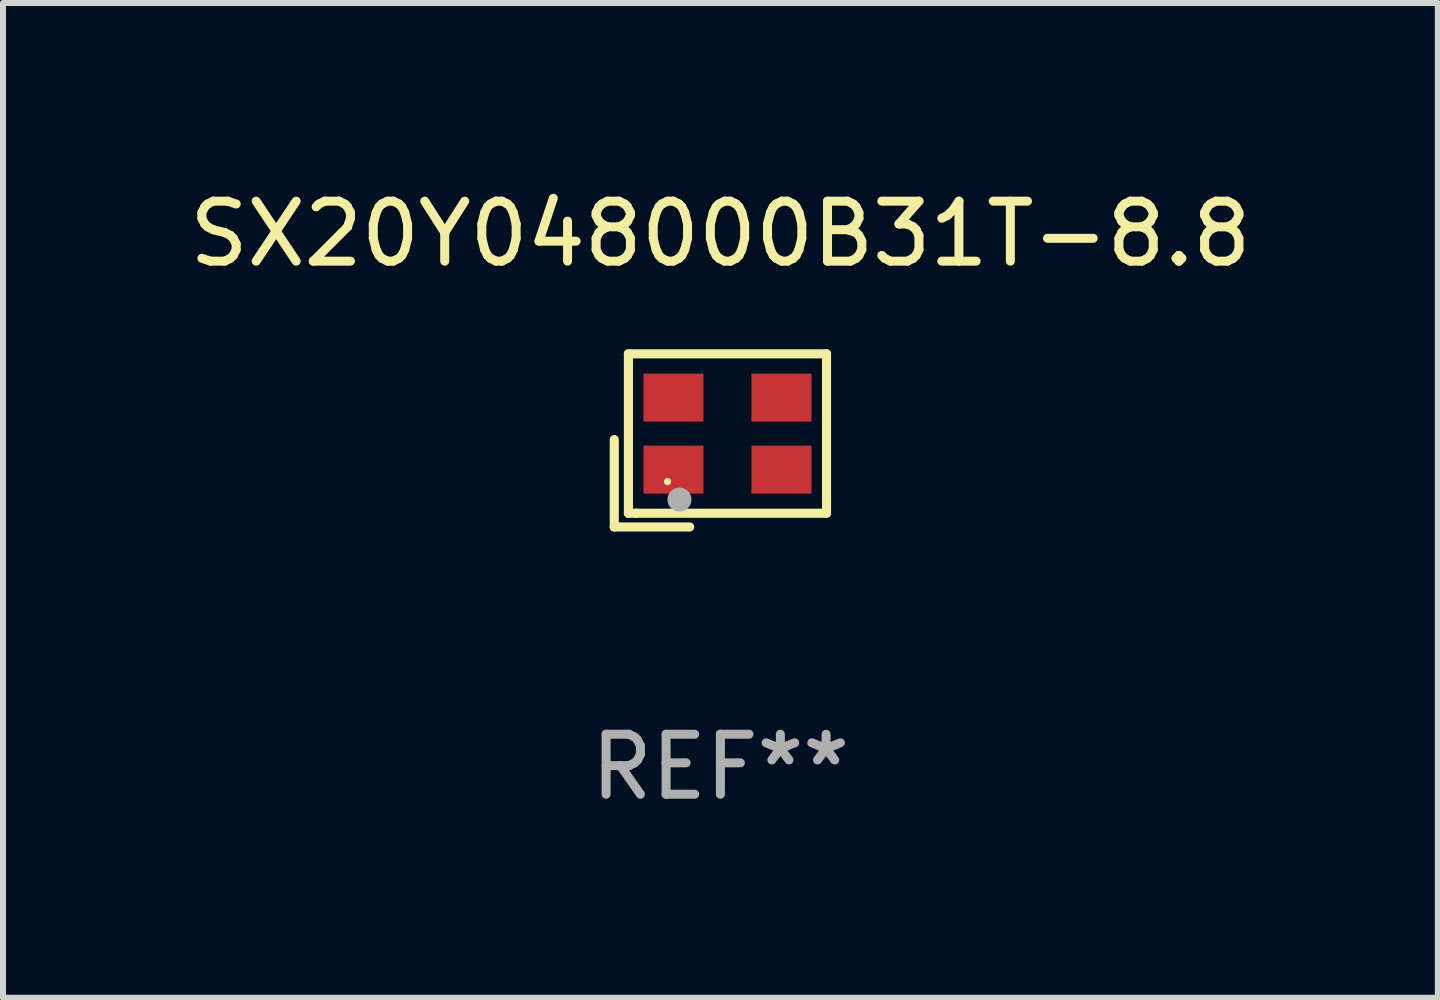
<source format=kicad_pcb>
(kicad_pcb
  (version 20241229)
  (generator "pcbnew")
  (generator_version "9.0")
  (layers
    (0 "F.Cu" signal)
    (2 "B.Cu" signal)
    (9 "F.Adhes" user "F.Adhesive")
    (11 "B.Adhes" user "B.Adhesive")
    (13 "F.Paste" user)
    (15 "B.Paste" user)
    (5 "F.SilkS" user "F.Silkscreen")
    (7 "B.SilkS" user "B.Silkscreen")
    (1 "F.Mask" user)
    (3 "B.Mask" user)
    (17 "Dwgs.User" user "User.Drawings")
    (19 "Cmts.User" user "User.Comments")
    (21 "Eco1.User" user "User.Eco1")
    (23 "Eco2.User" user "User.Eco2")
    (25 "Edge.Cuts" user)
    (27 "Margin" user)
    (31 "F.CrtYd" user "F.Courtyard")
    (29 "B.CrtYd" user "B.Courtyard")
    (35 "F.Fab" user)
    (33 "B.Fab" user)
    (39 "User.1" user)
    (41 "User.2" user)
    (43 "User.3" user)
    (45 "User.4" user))
  (footprint "SX20Y048000B31T-8.8"
    (layer "F.Cu")
    (at 8.958 4.291)
    (property "Reference" "SX20Y048000B31T-8.8" (at 0 -3.443 0) (layer "F.SilkS") (effects (font (size 1 1) (thickness 0.15))))
    (attr through_hole)
    (fp_line (start -1.769 -0.014) (end -1.769 1.443) (stroke (width 0.152) (type solid)) (layer "F.SilkS"))
    (fp_line (start -1.769 1.443) (end -0.512 1.443) (stroke (width 0.152) (type solid)) (layer "F.SilkS"))
    (fp_line (start -1.533 -1.443) (end 1.769 -1.443) (stroke (width 0.152) (type solid)) (layer "F.SilkS"))
    (fp_line (start -1.533 1.214) (end -1.533 -1.443) (stroke (width 0.152) (type solid)) (layer "F.SilkS"))
    (fp_line (start -1.411 1.214) (end -1.533 1.214) (stroke (width 0.152) (type solid)) (layer "F.SilkS"))
    (fp_line (start 1.769 -1.443) (end 1.769 1.214) (stroke (width 0.152) (type solid)) (layer "F.SilkS"))
    (fp_line (start 1.769 1.214) (end -1.411 1.214) (stroke (width 0.152) (type solid)) (layer "F.SilkS"))
    (fp_circle (center -0.882 0.686) (end -0.852 0.686) (stroke (width 0.06) (type solid)) (fill no) (layer "F.SilkS"))
    (fp_circle (center -0.682 0.986) (end -0.582 0.986) (stroke (width 0.2) (type solid)) (fill no) (layer "F.Fab"))
    (fp_text user "REF**" (at 0 5.443 0) (layer "F.Fab") (effects (font (size 1 1) (thickness 0.15))))
    (pad "1" smd rect (at -0.782 0.486 90) (size 0.8 1) (layers "F.Cu" "F.Mask" "F.Paste"))
    (pad "2" smd rect (at 1.018 0.486 90) (size 0.8 1) (layers "F.Cu" "F.Mask" "F.Paste"))
    (pad "3" smd rect (at 1.018 -0.714 90) (size 0.8 1) (layers "F.Cu" "F.Mask" "F.Paste"))
    (pad "4" smd rect (at -0.782 -0.714 90) (size 0.8 1) (layers "F.Cu" "F.Mask" "F.Paste")))
  (gr_rect
    (start -3 -3)
    (end 20.917 13.582)
    (stroke (width 0.1) (type default))
    (fill no)
    (layer "Edge.Cuts")))
</source>
